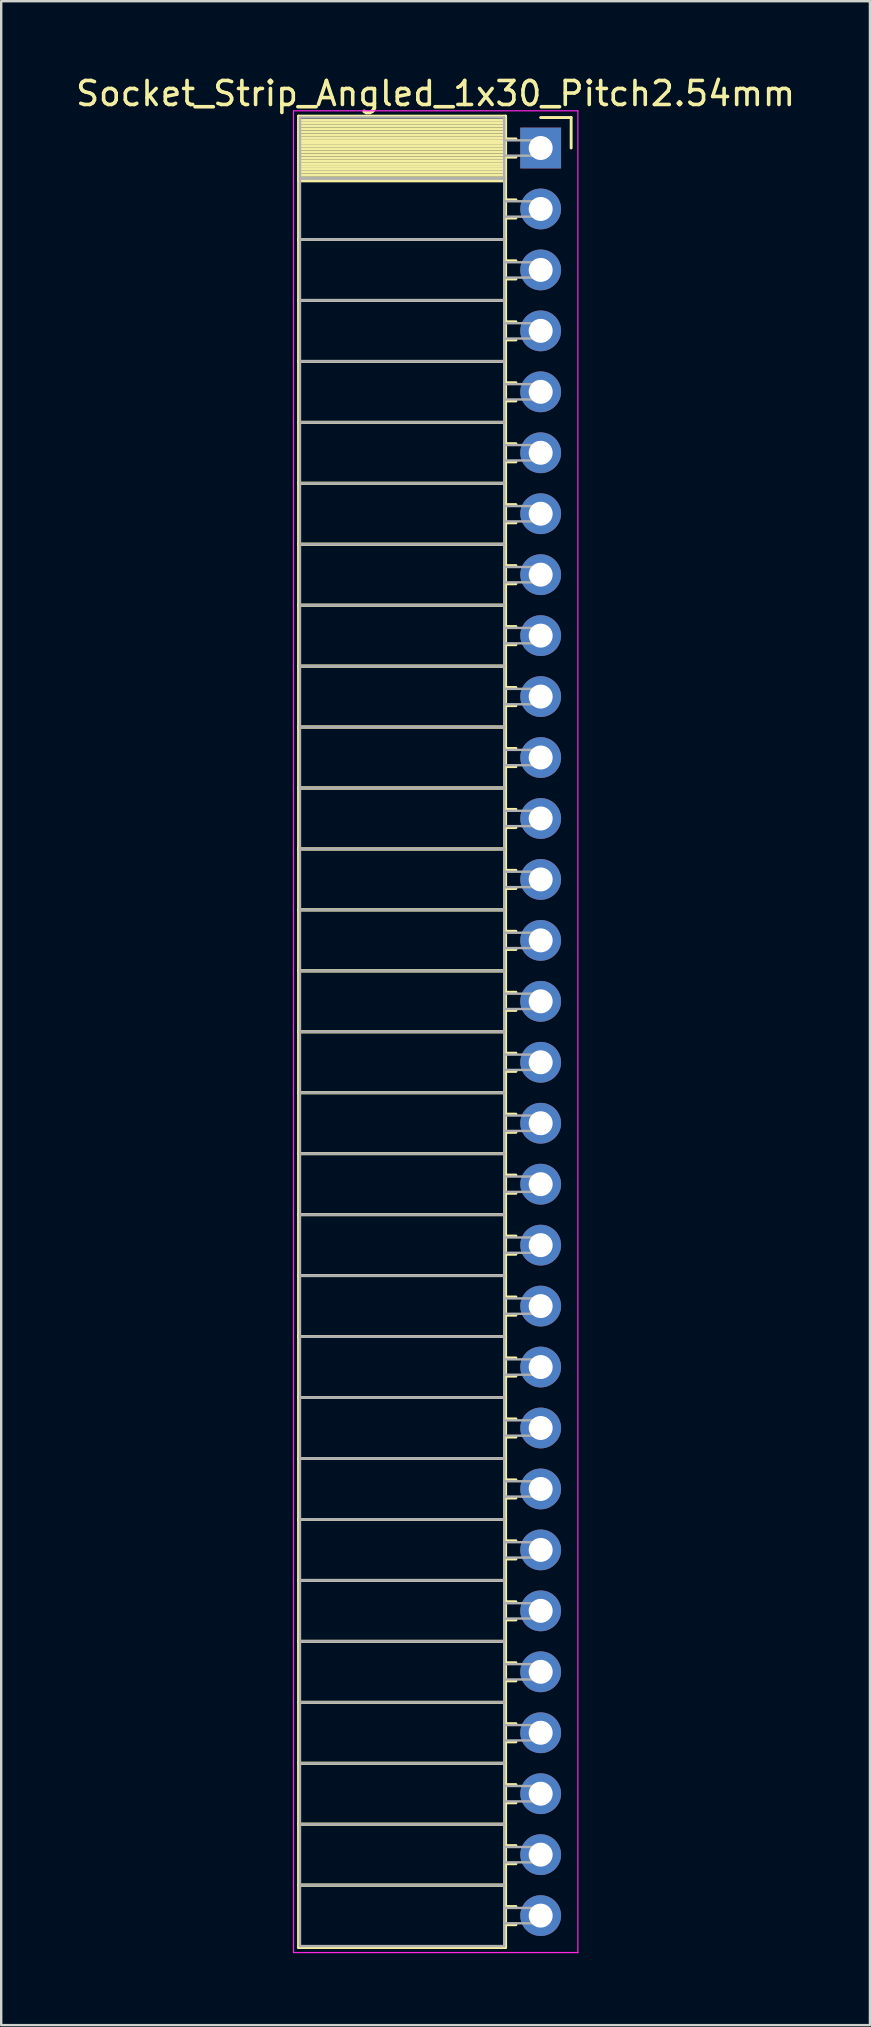
<source format=kicad_pcb>
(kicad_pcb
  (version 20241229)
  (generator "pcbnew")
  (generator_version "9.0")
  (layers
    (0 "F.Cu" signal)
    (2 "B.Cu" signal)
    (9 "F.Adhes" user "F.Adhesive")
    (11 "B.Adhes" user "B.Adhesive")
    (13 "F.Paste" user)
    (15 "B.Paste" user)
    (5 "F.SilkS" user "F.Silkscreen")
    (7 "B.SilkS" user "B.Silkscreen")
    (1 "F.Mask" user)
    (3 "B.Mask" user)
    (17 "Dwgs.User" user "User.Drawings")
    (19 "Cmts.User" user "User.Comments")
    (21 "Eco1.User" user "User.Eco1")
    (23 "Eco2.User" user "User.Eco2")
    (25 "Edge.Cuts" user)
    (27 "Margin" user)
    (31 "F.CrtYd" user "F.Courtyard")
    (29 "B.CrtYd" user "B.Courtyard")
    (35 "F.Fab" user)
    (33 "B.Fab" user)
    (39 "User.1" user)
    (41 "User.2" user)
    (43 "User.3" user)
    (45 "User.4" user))
  (footprint "Socket_Strip_Angled_1x30_Pitch2.54mm"
    (layer "F.Cu")
    (at 19.481 3.118)
    (property "Reference" "Socket_Strip_Angled_1x30_Pitch2.54mm" (at -4.38 -2.27 0) (layer "F.SilkS") (effects (font (size 1 1) (thickness 0.15))))
    (attr through_hole)
    (fp_line (start -10.09 -1.33) (end -1.46 -1.33) (stroke (width 0.12) (type solid)) (layer "F.SilkS"))
    (fp_line (start -10.09 1.27) (end -10.09 -1.33) (stroke (width 0.12) (type solid)) (layer "F.SilkS"))
    (fp_line (start -10.09 1.27) (end -1.46 1.27) (stroke (width 0.12) (type solid)) (layer "F.SilkS"))
    (fp_line (start -10.09 3.81) (end -10.09 1.27) (stroke (width 0.12) (type solid)) (layer "F.SilkS"))
    (fp_line (start -10.09 3.81) (end -1.46 3.81) (stroke (width 0.12) (type solid)) (layer "F.SilkS"))
    (fp_line (start -10.09 6.35) (end -10.09 3.81) (stroke (width 0.12) (type solid)) (layer "F.SilkS"))
    (fp_line (start -10.09 6.35) (end -1.46 6.35) (stroke (width 0.12) (type solid)) (layer "F.SilkS"))
    (fp_line (start -10.09 8.89) (end -10.09 6.35) (stroke (width 0.12) (type solid)) (layer "F.SilkS"))
    (fp_line (start -10.09 8.89) (end -1.46 8.89) (stroke (width 0.12) (type solid)) (layer "F.SilkS"))
    (fp_line (start -10.09 11.43) (end -10.09 8.89) (stroke (width 0.12) (type solid)) (layer "F.SilkS"))
    (fp_line (start -10.09 11.43) (end -1.46 11.43) (stroke (width 0.12) (type solid)) (layer "F.SilkS"))
    (fp_line (start -10.09 13.97) (end -10.09 11.43) (stroke (width 0.12) (type solid)) (layer "F.SilkS"))
    (fp_line (start -10.09 13.97) (end -1.46 13.97) (stroke (width 0.12) (type solid)) (layer "F.SilkS"))
    (fp_line (start -10.09 16.51) (end -10.09 13.97) (stroke (width 0.12) (type solid)) (layer "F.SilkS"))
    (fp_line (start -10.09 16.51) (end -1.46 16.51) (stroke (width 0.12) (type solid)) (layer "F.SilkS"))
    (fp_line (start -10.09 19.05) (end -10.09 16.51) (stroke (width 0.12) (type solid)) (layer "F.SilkS"))
    (fp_line (start -10.09 19.05) (end -1.46 19.05) (stroke (width 0.12) (type solid)) (layer "F.SilkS"))
    (fp_line (start -10.09 21.59) (end -10.09 19.05) (stroke (width 0.12) (type solid)) (layer "F.SilkS"))
    (fp_line (start -10.09 21.59) (end -1.46 21.59) (stroke (width 0.12) (type solid)) (layer "F.SilkS"))
    (fp_line (start -10.09 24.13) (end -10.09 21.59) (stroke (width 0.12) (type solid)) (layer "F.SilkS"))
    (fp_line (start -10.09 24.13) (end -1.46 24.13) (stroke (width 0.12) (type solid)) (layer "F.SilkS"))
    (fp_line (start -10.09 26.67) (end -10.09 24.13) (stroke (width 0.12) (type solid)) (layer "F.SilkS"))
    (fp_line (start -10.09 26.67) (end -1.46 26.67) (stroke (width 0.12) (type solid)) (layer "F.SilkS"))
    (fp_line (start -10.09 29.21) (end -10.09 26.67) (stroke (width 0.12) (type solid)) (layer "F.SilkS"))
    (fp_line (start -10.09 29.21) (end -1.46 29.21) (stroke (width 0.12) (type solid)) (layer "F.SilkS"))
    (fp_line (start -10.09 31.75) (end -10.09 29.21) (stroke (width 0.12) (type solid)) (layer "F.SilkS"))
    (fp_line (start -10.09 31.75) (end -1.46 31.75) (stroke (width 0.12) (type solid)) (layer "F.SilkS"))
    (fp_line (start -10.09 34.29) (end -10.09 31.75) (stroke (width 0.12) (type solid)) (layer "F.SilkS"))
    (fp_line (start -10.09 34.29) (end -1.46 34.29) (stroke (width 0.12) (type solid)) (layer "F.SilkS"))
    (fp_line (start -10.09 36.83) (end -10.09 34.29) (stroke (width 0.12) (type solid)) (layer "F.SilkS"))
    (fp_line (start -10.09 36.83) (end -1.46 36.83) (stroke (width 0.12) (type solid)) (layer "F.SilkS"))
    (fp_line (start -10.09 39.37) (end -10.09 36.83) (stroke (width 0.12) (type solid)) (layer "F.SilkS"))
    (fp_line (start -10.09 39.37) (end -1.46 39.37) (stroke (width 0.12) (type solid)) (layer "F.SilkS"))
    (fp_line (start -10.09 41.91) (end -10.09 39.37) (stroke (width 0.12) (type solid)) (layer "F.SilkS"))
    (fp_line (start -10.09 41.91) (end -1.46 41.91) (stroke (width 0.12) (type solid)) (layer "F.SilkS"))
    (fp_line (start -10.09 44.45) (end -10.09 41.91) (stroke (width 0.12) (type solid)) (layer "F.SilkS"))
    (fp_line (start -10.09 44.45) (end -1.46 44.45) (stroke (width 0.12) (type solid)) (layer "F.SilkS"))
    (fp_line (start -10.09 46.99) (end -10.09 44.45) (stroke (width 0.12) (type solid)) (layer "F.SilkS"))
    (fp_line (start -10.09 46.99) (end -1.46 46.99) (stroke (width 0.12) (type solid)) (layer "F.SilkS"))
    (fp_line (start -10.09 49.53) (end -10.09 46.99) (stroke (width 0.12) (type solid)) (layer "F.SilkS"))
    (fp_line (start -10.09 49.53) (end -1.46 49.53) (stroke (width 0.12) (type solid)) (layer "F.SilkS"))
    (fp_line (start -10.09 52.07) (end -10.09 49.53) (stroke (width 0.12) (type solid)) (layer "F.SilkS"))
    (fp_line (start -10.09 52.07) (end -1.46 52.07) (stroke (width 0.12) (type solid)) (layer "F.SilkS"))
    (fp_line (start -10.09 54.61) (end -10.09 52.07) (stroke (width 0.12) (type solid)) (layer "F.SilkS"))
    (fp_line (start -10.09 54.61) (end -1.46 54.61) (stroke (width 0.12) (type solid)) (layer "F.SilkS"))
    (fp_line (start -10.09 57.15) (end -10.09 54.61) (stroke (width 0.12) (type solid)) (layer "F.SilkS"))
    (fp_line (start -10.09 57.15) (end -1.46 57.15) (stroke (width 0.12) (type solid)) (layer "F.SilkS"))
    (fp_line (start -10.09 59.69) (end -10.09 57.15) (stroke (width 0.12) (type solid)) (layer "F.SilkS"))
    (fp_line (start -10.09 59.69) (end -1.46 59.69) (stroke (width 0.12) (type solid)) (layer "F.SilkS"))
    (fp_line (start -10.09 62.23) (end -10.09 59.69) (stroke (width 0.12) (type solid)) (layer "F.SilkS"))
    (fp_line (start -10.09 62.23) (end -1.46 62.23) (stroke (width 0.12) (type solid)) (layer "F.SilkS"))
    (fp_line (start -10.09 64.77) (end -10.09 62.23) (stroke (width 0.12) (type solid)) (layer "F.SilkS"))
    (fp_line (start -10.09 64.77) (end -1.46 64.77) (stroke (width 0.12) (type solid)) (layer "F.SilkS"))
    (fp_line (start -10.09 67.31) (end -10.09 64.77) (stroke (width 0.12) (type solid)) (layer "F.SilkS"))
    (fp_line (start -10.09 67.31) (end -1.46 67.31) (stroke (width 0.12) (type solid)) (layer "F.SilkS"))
    (fp_line (start -10.09 69.85) (end -10.09 67.31) (stroke (width 0.12) (type solid)) (layer "F.SilkS"))
    (fp_line (start -10.09 69.85) (end -1.46 69.85) (stroke (width 0.12) (type solid)) (layer "F.SilkS"))
    (fp_line (start -10.09 72.39) (end -10.09 69.85) (stroke (width 0.12) (type solid)) (layer "F.SilkS"))
    (fp_line (start -10.09 72.39) (end -1.46 72.39) (stroke (width 0.12) (type solid)) (layer "F.SilkS"))
    (fp_line (start -10.09 74.99) (end -10.09 72.39) (stroke (width 0.12) (type solid)) (layer "F.SilkS"))
    (fp_line (start -1.46 -1.33) (end -1.46 1.27) (stroke (width 0.12) (type solid)) (layer "F.SilkS"))
    (fp_line (start -1.46 -1.15) (end -10.09 -1.15) (stroke (width 0.12) (type solid)) (layer "F.SilkS"))
    (fp_line (start -1.46 -1.03) (end -10.09 -1.03) (stroke (width 0.12) (type solid)) (layer "F.SilkS"))
    (fp_line (start -1.46 -0.91) (end -10.09 -0.91) (stroke (width 0.12) (type solid)) (layer "F.SilkS"))
    (fp_line (start -1.46 -0.79) (end -10.09 -0.79) (stroke (width 0.12) (type solid)) (layer "F.SilkS"))
    (fp_line (start -1.46 -0.67) (end -10.09 -0.67) (stroke (width 0.12) (type solid)) (layer "F.SilkS"))
    (fp_line (start -1.46 -0.55) (end -10.09 -0.55) (stroke (width 0.12) (type solid)) (layer "F.SilkS"))
    (fp_line (start -1.46 -0.43) (end -10.09 -0.43) (stroke (width 0.12) (type solid)) (layer "F.SilkS"))
    (fp_line (start -1.46 -0.31) (end -10.09 -0.31) (stroke (width 0.12) (type solid)) (layer "F.SilkS"))
    (fp_line (start -1.46 -0.19) (end -10.09 -0.19) (stroke (width 0.12) (type solid)) (layer "F.SilkS"))
    (fp_line (start -1.46 -0.07) (end -10.09 -0.07) (stroke (width 0.12) (type solid)) (layer "F.SilkS"))
    (fp_line (start -1.46 0.05) (end -10.09 0.05) (stroke (width 0.12) (type solid)) (layer "F.SilkS"))
    (fp_line (start -1.46 0.17) (end -10.09 0.17) (stroke (width 0.12) (type solid)) (layer "F.SilkS"))
    (fp_line (start -1.46 0.29) (end -10.09 0.29) (stroke (width 0.12) (type solid)) (layer "F.SilkS"))
    (fp_line (start -1.46 0.41) (end -10.09 0.41) (stroke (width 0.12) (type solid)) (layer "F.SilkS"))
    (fp_line (start -1.46 0.53) (end -10.09 0.53) (stroke (width 0.12) (type solid)) (layer "F.SilkS"))
    (fp_line (start -1.46 0.65) (end -10.09 0.65) (stroke (width 0.12) (type solid)) (layer "F.SilkS"))
    (fp_line (start -1.46 0.77) (end -10.09 0.77) (stroke (width 0.12) (type solid)) (layer "F.SilkS"))
    (fp_line (start -1.46 0.89) (end -10.09 0.89) (stroke (width 0.12) (type solid)) (layer "F.SilkS"))
    (fp_line (start -1.46 1.01) (end -10.09 1.01) (stroke (width 0.12) (type solid)) (layer "F.SilkS"))
    (fp_line (start -1.46 1.13) (end -10.09 1.13) (stroke (width 0.12) (type solid)) (layer "F.SilkS"))
    (fp_line (start -1.46 1.25) (end -10.09 1.25) (stroke (width 0.12) (type solid)) (layer "F.SilkS"))
    (fp_line (start -1.46 1.27) (end -10.09 1.27) (stroke (width 0.12) (type solid)) (layer "F.SilkS"))
    (fp_line (start -1.46 1.27) (end -1.46 3.81) (stroke (width 0.12) (type solid)) (layer "F.SilkS"))
    (fp_line (start -1.46 1.37) (end -10.09 1.37) (stroke (width 0.12) (type solid)) (layer "F.SilkS"))
    (fp_line (start -1.46 3.81) (end -10.09 3.81) (stroke (width 0.12) (type solid)) (layer "F.SilkS"))
    (fp_line (start -1.46 3.81) (end -1.46 6.35) (stroke (width 0.12) (type solid)) (layer "F.SilkS"))
    (fp_line (start -1.46 6.35) (end -10.09 6.35) (stroke (width 0.12) (type solid)) (layer "F.SilkS"))
    (fp_line (start -1.46 6.35) (end -1.46 8.89) (stroke (width 0.12) (type solid)) (layer "F.SilkS"))
    (fp_line (start -1.46 8.89) (end -10.09 8.89) (stroke (width 0.12) (type solid)) (layer "F.SilkS"))
    (fp_line (start -1.46 8.89) (end -1.46 11.43) (stroke (width 0.12) (type solid)) (layer "F.SilkS"))
    (fp_line (start -1.46 11.43) (end -10.09 11.43) (stroke (width 0.12) (type solid)) (layer "F.SilkS"))
    (fp_line (start -1.46 11.43) (end -1.46 13.97) (stroke (width 0.12) (type solid)) (layer "F.SilkS"))
    (fp_line (start -1.46 13.97) (end -10.09 13.97) (stroke (width 0.12) (type solid)) (layer "F.SilkS"))
    (fp_line (start -1.46 13.97) (end -1.46 16.51) (stroke (width 0.12) (type solid)) (layer "F.SilkS"))
    (fp_line (start -1.46 16.51) (end -10.09 16.51) (stroke (width 0.12) (type solid)) (layer "F.SilkS"))
    (fp_line (start -1.46 16.51) (end -1.46 19.05) (stroke (width 0.12) (type solid)) (layer "F.SilkS"))
    (fp_line (start -1.46 19.05) (end -10.09 19.05) (stroke (width 0.12) (type solid)) (layer "F.SilkS"))
    (fp_line (start -1.46 19.05) (end -1.46 21.59) (stroke (width 0.12) (type solid)) (layer "F.SilkS"))
    (fp_line (start -1.46 21.59) (end -10.09 21.59) (stroke (width 0.12) (type solid)) (layer "F.SilkS"))
    (fp_line (start -1.46 21.59) (end -1.46 24.13) (stroke (width 0.12) (type solid)) (layer "F.SilkS"))
    (fp_line (start -1.46 24.13) (end -10.09 24.13) (stroke (width 0.12) (type solid)) (layer "F.SilkS"))
    (fp_line (start -1.46 24.13) (end -1.46 26.67) (stroke (width 0.12) (type solid)) (layer "F.SilkS"))
    (fp_line (start -1.46 26.67) (end -10.09 26.67) (stroke (width 0.12) (type solid)) (layer "F.SilkS"))
    (fp_line (start -1.46 26.67) (end -1.46 29.21) (stroke (width 0.12) (type solid)) (layer "F.SilkS"))
    (fp_line (start -1.46 29.21) (end -10.09 29.21) (stroke (width 0.12) (type solid)) (layer "F.SilkS"))
    (fp_line (start -1.46 29.21) (end -1.46 31.75) (stroke (width 0.12) (type solid)) (layer "F.SilkS"))
    (fp_line (start -1.46 31.75) (end -10.09 31.75) (stroke (width 0.12) (type solid)) (layer "F.SilkS"))
    (fp_line (start -1.46 31.75) (end -1.46 34.29) (stroke (width 0.12) (type solid)) (layer "F.SilkS"))
    (fp_line (start -1.46 34.29) (end -10.09 34.29) (stroke (width 0.12) (type solid)) (layer "F.SilkS"))
    (fp_line (start -1.46 34.29) (end -1.46 36.83) (stroke (width 0.12) (type solid)) (layer "F.SilkS"))
    (fp_line (start -1.46 36.83) (end -10.09 36.83) (stroke (width 0.12) (type solid)) (layer "F.SilkS"))
    (fp_line (start -1.46 36.83) (end -1.46 39.37) (stroke (width 0.12) (type solid)) (layer "F.SilkS"))
    (fp_line (start -1.46 39.37) (end -10.09 39.37) (stroke (width 0.12) (type solid)) (layer "F.SilkS"))
    (fp_line (start -1.46 39.37) (end -1.46 41.91) (stroke (width 0.12) (type solid)) (layer "F.SilkS"))
    (fp_line (start -1.46 41.91) (end -10.09 41.91) (stroke (width 0.12) (type solid)) (layer "F.SilkS"))
    (fp_line (start -1.46 41.91) (end -1.46 44.45) (stroke (width 0.12) (type solid)) (layer "F.SilkS"))
    (fp_line (start -1.46 44.45) (end -10.09 44.45) (stroke (width 0.12) (type solid)) (layer "F.SilkS"))
    (fp_line (start -1.46 44.45) (end -1.46 46.99) (stroke (width 0.12) (type solid)) (layer "F.SilkS"))
    (fp_line (start -1.46 46.99) (end -10.09 46.99) (stroke (width 0.12) (type solid)) (layer "F.SilkS"))
    (fp_line (start -1.46 46.99) (end -1.46 49.53) (stroke (width 0.12) (type solid)) (layer "F.SilkS"))
    (fp_line (start -1.46 49.53) (end -10.09 49.53) (stroke (width 0.12) (type solid)) (layer "F.SilkS"))
    (fp_line (start -1.46 49.53) (end -1.46 52.07) (stroke (width 0.12) (type solid)) (layer "F.SilkS"))
    (fp_line (start -1.46 52.07) (end -10.09 52.07) (stroke (width 0.12) (type solid)) (layer "F.SilkS"))
    (fp_line (start -1.46 52.07) (end -1.46 54.61) (stroke (width 0.12) (type solid)) (layer "F.SilkS"))
    (fp_line (start -1.46 54.61) (end -10.09 54.61) (stroke (width 0.12) (type solid)) (layer "F.SilkS"))
    (fp_line (start -1.46 54.61) (end -1.46 57.15) (stroke (width 0.12) (type solid)) (layer "F.SilkS"))
    (fp_line (start -1.46 57.15) (end -10.09 57.15) (stroke (width 0.12) (type solid)) (layer "F.SilkS"))
    (fp_line (start -1.46 57.15) (end -1.46 59.69) (stroke (width 0.12) (type solid)) (layer "F.SilkS"))
    (fp_line (start -1.46 59.69) (end -10.09 59.69) (stroke (width 0.12) (type solid)) (layer "F.SilkS"))
    (fp_line (start -1.46 59.69) (end -1.46 62.23) (stroke (width 0.12) (type solid)) (layer "F.SilkS"))
    (fp_line (start -1.46 62.23) (end -10.09 62.23) (stroke (width 0.12) (type solid)) (layer "F.SilkS"))
    (fp_line (start -1.46 62.23) (end -1.46 64.77) (stroke (width 0.12) (type solid)) (layer "F.SilkS"))
    (fp_line (start -1.46 64.77) (end -10.09 64.77) (stroke (width 0.12) (type solid)) (layer "F.SilkS"))
    (fp_line (start -1.46 64.77) (end -1.46 67.31) (stroke (width 0.12) (type solid)) (layer "F.SilkS"))
    (fp_line (start -1.46 67.31) (end -10.09 67.31) (stroke (width 0.12) (type solid)) (layer "F.SilkS"))
    (fp_line (start -1.46 67.31) (end -1.46 69.85) (stroke (width 0.12) (type solid)) (layer "F.SilkS"))
    (fp_line (start -1.46 69.85) (end -10.09 69.85) (stroke (width 0.12) (type solid)) (layer "F.SilkS"))
    (fp_line (start -1.46 69.85) (end -1.46 72.39) (stroke (width 0.12) (type solid)) (layer "F.SilkS"))
    (fp_line (start -1.46 72.39) (end -10.09 72.39) (stroke (width 0.12) (type solid)) (layer "F.SilkS"))
    (fp_line (start -1.46 72.39) (end -1.46 74.99) (stroke (width 0.12) (type solid)) (layer "F.SilkS"))
    (fp_line (start -1.46 74.99) (end -10.09 74.99) (stroke (width 0.12) (type solid)) (layer "F.SilkS"))
    (fp_line (start -1.03 -0.38) (end -1.46 -0.38) (stroke (width 0.12) (type solid)) (layer "F.SilkS"))
    (fp_line (start -1.03 0.38) (end -1.46 0.38) (stroke (width 0.12) (type solid)) (layer "F.SilkS"))
    (fp_line (start -1.03 2.16) (end -1.46 2.16) (stroke (width 0.12) (type solid)) (layer "F.SilkS"))
    (fp_line (start -1.03 2.92) (end -1.46 2.92) (stroke (width 0.12) (type solid)) (layer "F.SilkS"))
    (fp_line (start -1.03 4.7) (end -1.46 4.7) (stroke (width 0.12) (type solid)) (layer "F.SilkS"))
    (fp_line (start -1.03 5.46) (end -1.46 5.46) (stroke (width 0.12) (type solid)) (layer "F.SilkS"))
    (fp_line (start -1.03 7.24) (end -1.46 7.24) (stroke (width 0.12) (type solid)) (layer "F.SilkS"))
    (fp_line (start -1.03 8) (end -1.46 8) (stroke (width 0.12) (type solid)) (layer "F.SilkS"))
    (fp_line (start -1.03 9.78) (end -1.46 9.78) (stroke (width 0.12) (type solid)) (layer "F.SilkS"))
    (fp_line (start -1.03 10.54) (end -1.46 10.54) (stroke (width 0.12) (type solid)) (layer "F.SilkS"))
    (fp_line (start -1.03 12.32) (end -1.46 12.32) (stroke (width 0.12) (type solid)) (layer "F.SilkS"))
    (fp_line (start -1.03 13.08) (end -1.46 13.08) (stroke (width 0.12) (type solid)) (layer "F.SilkS"))
    (fp_line (start -1.03 14.86) (end -1.46 14.86) (stroke (width 0.12) (type solid)) (layer "F.SilkS"))
    (fp_line (start -1.03 15.62) (end -1.46 15.62) (stroke (width 0.12) (type solid)) (layer "F.SilkS"))
    (fp_line (start -1.03 17.4) (end -1.46 17.4) (stroke (width 0.12) (type solid)) (layer "F.SilkS"))
    (fp_line (start -1.03 18.16) (end -1.46 18.16) (stroke (width 0.12) (type solid)) (layer "F.SilkS"))
    (fp_line (start -1.03 19.94) (end -1.46 19.94) (stroke (width 0.12) (type solid)) (layer "F.SilkS"))
    (fp_line (start -1.03 20.7) (end -1.46 20.7) (stroke (width 0.12) (type solid)) (layer "F.SilkS"))
    (fp_line (start -1.03 22.48) (end -1.46 22.48) (stroke (width 0.12) (type solid)) (layer "F.SilkS"))
    (fp_line (start -1.03 23.24) (end -1.46 23.24) (stroke (width 0.12) (type solid)) (layer "F.SilkS"))
    (fp_line (start -1.03 25.02) (end -1.46 25.02) (stroke (width 0.12) (type solid)) (layer "F.SilkS"))
    (fp_line (start -1.03 25.78) (end -1.46 25.78) (stroke (width 0.12) (type solid)) (layer "F.SilkS"))
    (fp_line (start -1.03 27.56) (end -1.46 27.56) (stroke (width 0.12) (type solid)) (layer "F.SilkS"))
    (fp_line (start -1.03 28.32) (end -1.46 28.32) (stroke (width 0.12) (type solid)) (layer "F.SilkS"))
    (fp_line (start -1.03 30.1) (end -1.46 30.1) (stroke (width 0.12) (type solid)) (layer "F.SilkS"))
    (fp_line (start -1.03 30.86) (end -1.46 30.86) (stroke (width 0.12) (type solid)) (layer "F.SilkS"))
    (fp_line (start -1.03 32.64) (end -1.46 32.64) (stroke (width 0.12) (type solid)) (layer "F.SilkS"))
    (fp_line (start -1.03 33.4) (end -1.46 33.4) (stroke (width 0.12) (type solid)) (layer "F.SilkS"))
    (fp_line (start -1.03 35.18) (end -1.46 35.18) (stroke (width 0.12) (type solid)) (layer "F.SilkS"))
    (fp_line (start -1.03 35.94) (end -1.46 35.94) (stroke (width 0.12) (type solid)) (layer "F.SilkS"))
    (fp_line (start -1.03 37.72) (end -1.46 37.72) (stroke (width 0.12) (type solid)) (layer "F.SilkS"))
    (fp_line (start -1.03 38.48) (end -1.46 38.48) (stroke (width 0.12) (type solid)) (layer "F.SilkS"))
    (fp_line (start -1.03 40.26) (end -1.46 40.26) (stroke (width 0.12) (type solid)) (layer "F.SilkS"))
    (fp_line (start -1.03 41.02) (end -1.46 41.02) (stroke (width 0.12) (type solid)) (layer "F.SilkS"))
    (fp_line (start -1.03 42.8) (end -1.46 42.8) (stroke (width 0.12) (type solid)) (layer "F.SilkS"))
    (fp_line (start -1.03 43.56) (end -1.46 43.56) (stroke (width 0.12) (type solid)) (layer "F.SilkS"))
    (fp_line (start -1.03 45.34) (end -1.46 45.34) (stroke (width 0.12) (type solid)) (layer "F.SilkS"))
    (fp_line (start -1.03 46.1) (end -1.46 46.1) (stroke (width 0.12) (type solid)) (layer "F.SilkS"))
    (fp_line (start -1.03 47.88) (end -1.46 47.88) (stroke (width 0.12) (type solid)) (layer "F.SilkS"))
    (fp_line (start -1.03 48.64) (end -1.46 48.64) (stroke (width 0.12) (type solid)) (layer "F.SilkS"))
    (fp_line (start -1.03 50.42) (end -1.46 50.42) (stroke (width 0.12) (type solid)) (layer "F.SilkS"))
    (fp_line (start -1.03 51.18) (end -1.46 51.18) (stroke (width 0.12) (type solid)) (layer "F.SilkS"))
    (fp_line (start -1.03 52.96) (end -1.46 52.96) (stroke (width 0.12) (type solid)) (layer "F.SilkS"))
    (fp_line (start -1.03 53.72) (end -1.46 53.72) (stroke (width 0.12) (type solid)) (layer "F.SilkS"))
    (fp_line (start -1.03 55.5) (end -1.46 55.5) (stroke (width 0.12) (type solid)) (layer "F.SilkS"))
    (fp_line (start -1.03 56.26) (end -1.46 56.26) (stroke (width 0.12) (type solid)) (layer "F.SilkS"))
    (fp_line (start -1.03 58.04) (end -1.46 58.04) (stroke (width 0.12) (type solid)) (layer "F.SilkS"))
    (fp_line (start -1.03 58.8) (end -1.46 58.8) (stroke (width 0.12) (type solid)) (layer "F.SilkS"))
    (fp_line (start -1.03 60.58) (end -1.46 60.58) (stroke (width 0.12) (type solid)) (layer "F.SilkS"))
    (fp_line (start -1.03 61.34) (end -1.46 61.34) (stroke (width 0.12) (type solid)) (layer "F.SilkS"))
    (fp_line (start -1.03 63.12) (end -1.46 63.12) (stroke (width 0.12) (type solid)) (layer "F.SilkS"))
    (fp_line (start -1.03 63.88) (end -1.46 63.88) (stroke (width 0.12) (type solid)) (layer "F.SilkS"))
    (fp_line (start -1.03 65.66) (end -1.46 65.66) (stroke (width 0.12) (type solid)) (layer "F.SilkS"))
    (fp_line (start -1.03 66.42) (end -1.46 66.42) (stroke (width 0.12) (type solid)) (layer "F.SilkS"))
    (fp_line (start -1.03 68.2) (end -1.46 68.2) (stroke (width 0.12) (type solid)) (layer "F.SilkS"))
    (fp_line (start -1.03 68.96) (end -1.46 68.96) (stroke (width 0.12) (type solid)) (layer "F.SilkS"))
    (fp_line (start -1.03 70.74) (end -1.46 70.74) (stroke (width 0.12) (type solid)) (layer "F.SilkS"))
    (fp_line (start -1.03 71.5) (end -1.46 71.5) (stroke (width 0.12) (type solid)) (layer "F.SilkS"))
    (fp_line (start -1.03 73.28) (end -1.46 73.28) (stroke (width 0.12) (type solid)) (layer "F.SilkS"))
    (fp_line (start -1.03 74.04) (end -1.46 74.04) (stroke (width 0.12) (type solid)) (layer "F.SilkS"))
    (fp_line (start 0 -1.27) (end 1.27 -1.27) (stroke (width 0.12) (type solid)) (layer "F.SilkS"))
    (fp_line (start 1.27 -1.27) (end 1.27 0) (stroke (width 0.12) (type solid)) (layer "F.SilkS"))
    (fp_line (start -10.3 -1.55) (end 1.55 -1.55) (stroke (width 0.05) (type solid)) (layer "F.CrtYd"))
    (fp_line (start -10.3 75.2) (end -10.3 -1.55) (stroke (width 0.05) (type solid)) (layer "F.CrtYd"))
    (fp_line (start 1.55 -1.55) (end 1.55 75.2) (stroke (width 0.05) (type solid)) (layer "F.CrtYd"))
    (fp_line (start 1.55 75.2) (end -10.3 75.2) (stroke (width 0.05) (type solid)) (layer "F.CrtYd"))
    (fp_line (start -10.03 -1.27) (end -1.52 -1.27) (stroke (width 0.1) (type solid)) (layer "F.Fab"))
    (fp_line (start -10.03 1.27) (end -10.03 -1.27) (stroke (width 0.1) (type solid)) (layer "F.Fab"))
    (fp_line (start -10.03 1.27) (end -1.52 1.27) (stroke (width 0.1) (type solid)) (layer "F.Fab"))
    (fp_line (start -10.03 3.81) (end -10.03 1.27) (stroke (width 0.1) (type solid)) (layer "F.Fab"))
    (fp_line (start -10.03 3.81) (end -1.52 3.81) (stroke (width 0.1) (type solid)) (layer "F.Fab"))
    (fp_line (start -10.03 6.35) (end -10.03 3.81) (stroke (width 0.1) (type solid)) (layer "F.Fab"))
    (fp_line (start -10.03 6.35) (end -1.52 6.35) (stroke (width 0.1) (type solid)) (layer "F.Fab"))
    (fp_line (start -10.03 8.89) (end -10.03 6.35) (stroke (width 0.1) (type solid)) (layer "F.Fab"))
    (fp_line (start -10.03 8.89) (end -1.52 8.89) (stroke (width 0.1) (type solid)) (layer "F.Fab"))
    (fp_line (start -10.03 11.43) (end -10.03 8.89) (stroke (width 0.1) (type solid)) (layer "F.Fab"))
    (fp_line (start -10.03 11.43) (end -1.52 11.43) (stroke (width 0.1) (type solid)) (layer "F.Fab"))
    (fp_line (start -10.03 13.97) (end -10.03 11.43) (stroke (width 0.1) (type solid)) (layer "F.Fab"))
    (fp_line (start -10.03 13.97) (end -1.52 13.97) (stroke (width 0.1) (type solid)) (layer "F.Fab"))
    (fp_line (start -10.03 16.51) (end -10.03 13.97) (stroke (width 0.1) (type solid)) (layer "F.Fab"))
    (fp_line (start -10.03 16.51) (end -1.52 16.51) (stroke (width 0.1) (type solid)) (layer "F.Fab"))
    (fp_line (start -10.03 19.05) (end -10.03 16.51) (stroke (width 0.1) (type solid)) (layer "F.Fab"))
    (fp_line (start -10.03 19.05) (end -1.52 19.05) (stroke (width 0.1) (type solid)) (layer "F.Fab"))
    (fp_line (start -10.03 21.59) (end -10.03 19.05) (stroke (width 0.1) (type solid)) (layer "F.Fab"))
    (fp_line (start -10.03 21.59) (end -1.52 21.59) (stroke (width 0.1) (type solid)) (layer "F.Fab"))
    (fp_line (start -10.03 24.13) (end -10.03 21.59) (stroke (width 0.1) (type solid)) (layer "F.Fab"))
    (fp_line (start -10.03 24.13) (end -1.52 24.13) (stroke (width 0.1) (type solid)) (layer "F.Fab"))
    (fp_line (start -10.03 26.67) (end -10.03 24.13) (stroke (width 0.1) (type solid)) (layer "F.Fab"))
    (fp_line (start -10.03 26.67) (end -1.52 26.67) (stroke (width 0.1) (type solid)) (layer "F.Fab"))
    (fp_line (start -10.03 29.21) (end -10.03 26.67) (stroke (width 0.1) (type solid)) (layer "F.Fab"))
    (fp_line (start -10.03 29.21) (end -1.52 29.21) (stroke (width 0.1) (type solid)) (layer "F.Fab"))
    (fp_line (start -10.03 31.75) (end -10.03 29.21) (stroke (width 0.1) (type solid)) (layer "F.Fab"))
    (fp_line (start -10.03 31.75) (end -1.52 31.75) (stroke (width 0.1) (type solid)) (layer "F.Fab"))
    (fp_line (start -10.03 34.29) (end -10.03 31.75) (stroke (width 0.1) (type solid)) (layer "F.Fab"))
    (fp_line (start -10.03 34.29) (end -1.52 34.29) (stroke (width 0.1) (type solid)) (layer "F.Fab"))
    (fp_line (start -10.03 36.83) (end -10.03 34.29) (stroke (width 0.1) (type solid)) (layer "F.Fab"))
    (fp_line (start -10.03 36.83) (end -1.52 36.83) (stroke (width 0.1) (type solid)) (layer "F.Fab"))
    (fp_line (start -10.03 39.37) (end -10.03 36.83) (stroke (width 0.1) (type solid)) (layer "F.Fab"))
    (fp_line (start -10.03 39.37) (end -1.52 39.37) (stroke (width 0.1) (type solid)) (layer "F.Fab"))
    (fp_line (start -10.03 41.91) (end -10.03 39.37) (stroke (width 0.1) (type solid)) (layer "F.Fab"))
    (fp_line (start -10.03 41.91) (end -1.52 41.91) (stroke (width 0.1) (type solid)) (layer "F.Fab"))
    (fp_line (start -10.03 44.45) (end -10.03 41.91) (stroke (width 0.1) (type solid)) (layer "F.Fab"))
    (fp_line (start -10.03 44.45) (end -1.52 44.45) (stroke (width 0.1) (type solid)) (layer "F.Fab"))
    (fp_line (start -10.03 46.99) (end -10.03 44.45) (stroke (width 0.1) (type solid)) (layer "F.Fab"))
    (fp_line (start -10.03 46.99) (end -1.52 46.99) (stroke (width 0.1) (type solid)) (layer "F.Fab"))
    (fp_line (start -10.03 49.53) (end -10.03 46.99) (stroke (width 0.1) (type solid)) (layer "F.Fab"))
    (fp_line (start -10.03 49.53) (end -1.52 49.53) (stroke (width 0.1) (type solid)) (layer "F.Fab"))
    (fp_line (start -10.03 52.07) (end -10.03 49.53) (stroke (width 0.1) (type solid)) (layer "F.Fab"))
    (fp_line (start -10.03 52.07) (end -1.52 52.07) (stroke (width 0.1) (type solid)) (layer "F.Fab"))
    (fp_line (start -10.03 54.61) (end -10.03 52.07) (stroke (width 0.1) (type solid)) (layer "F.Fab"))
    (fp_line (start -10.03 54.61) (end -1.52 54.61) (stroke (width 0.1) (type solid)) (layer "F.Fab"))
    (fp_line (start -10.03 57.15) (end -10.03 54.61) (stroke (width 0.1) (type solid)) (layer "F.Fab"))
    (fp_line (start -10.03 57.15) (end -1.52 57.15) (stroke (width 0.1) (type solid)) (layer "F.Fab"))
    (fp_line (start -10.03 59.69) (end -10.03 57.15) (stroke (width 0.1) (type solid)) (layer "F.Fab"))
    (fp_line (start -10.03 59.69) (end -1.52 59.69) (stroke (width 0.1) (type solid)) (layer "F.Fab"))
    (fp_line (start -10.03 62.23) (end -10.03 59.69) (stroke (width 0.1) (type solid)) (layer "F.Fab"))
    (fp_line (start -10.03 62.23) (end -1.52 62.23) (stroke (width 0.1) (type solid)) (layer "F.Fab"))
    (fp_line (start -10.03 64.77) (end -10.03 62.23) (stroke (width 0.1) (type solid)) (layer "F.Fab"))
    (fp_line (start -10.03 64.77) (end -1.52 64.77) (stroke (width 0.1) (type solid)) (layer "F.Fab"))
    (fp_line (start -10.03 67.31) (end -10.03 64.77) (stroke (width 0.1) (type solid)) (layer "F.Fab"))
    (fp_line (start -10.03 67.31) (end -1.52 67.31) (stroke (width 0.1) (type solid)) (layer "F.Fab"))
    (fp_line (start -10.03 69.85) (end -10.03 67.31) (stroke (width 0.1) (type solid)) (layer "F.Fab"))
    (fp_line (start -10.03 69.85) (end -1.52 69.85) (stroke (width 0.1) (type solid)) (layer "F.Fab"))
    (fp_line (start -10.03 72.39) (end -10.03 69.85) (stroke (width 0.1) (type solid)) (layer "F.Fab"))
    (fp_line (start -10.03 72.39) (end -1.52 72.39) (stroke (width 0.1) (type solid)) (layer "F.Fab"))
    (fp_line (start -10.03 74.93) (end -10.03 72.39) (stroke (width 0.1) (type solid)) (layer "F.Fab"))
    (fp_line (start -1.52 -1.27) (end -1.52 1.27) (stroke (width 0.1) (type solid)) (layer "F.Fab"))
    (fp_line (start -1.52 -0.32) (end 0 -0.32) (stroke (width 0.1) (type solid)) (layer "F.Fab"))
    (fp_line (start -1.52 0.32) (end -1.52 -0.32) (stroke (width 0.1) (type solid)) (layer "F.Fab"))
    (fp_line (start -1.52 1.27) (end -10.03 1.27) (stroke (width 0.1) (type solid)) (layer "F.Fab"))
    (fp_line (start -1.52 1.27) (end -1.52 3.81) (stroke (width 0.1) (type solid)) (layer "F.Fab"))
    (fp_line (start -1.52 2.22) (end 0 2.22) (stroke (width 0.1) (type solid)) (layer "F.Fab"))
    (fp_line (start -1.52 2.86) (end -1.52 2.22) (stroke (width 0.1) (type solid)) (layer "F.Fab"))
    (fp_line (start -1.52 3.81) (end -10.03 3.81) (stroke (width 0.1) (type solid)) (layer "F.Fab"))
    (fp_line (start -1.52 3.81) (end -1.52 6.35) (stroke (width 0.1) (type solid)) (layer "F.Fab"))
    (fp_line (start -1.52 4.76) (end 0 4.76) (stroke (width 0.1) (type solid)) (layer "F.Fab"))
    (fp_line (start -1.52 5.4) (end -1.52 4.76) (stroke (width 0.1) (type solid)) (layer "F.Fab"))
    (fp_line (start -1.52 6.35) (end -10.03 6.35) (stroke (width 0.1) (type solid)) (layer "F.Fab"))
    (fp_line (start -1.52 6.35) (end -1.52 8.89) (stroke (width 0.1) (type solid)) (layer "F.Fab"))
    (fp_line (start -1.52 7.3) (end 0 7.3) (stroke (width 0.1) (type solid)) (layer "F.Fab"))
    (fp_line (start -1.52 7.94) (end -1.52 7.3) (stroke (width 0.1) (type solid)) (layer "F.Fab"))
    (fp_line (start -1.52 8.89) (end -10.03 8.89) (stroke (width 0.1) (type solid)) (layer "F.Fab"))
    (fp_line (start -1.52 8.89) (end -1.52 11.43) (stroke (width 0.1) (type solid)) (layer "F.Fab"))
    (fp_line (start -1.52 9.84) (end 0 9.84) (stroke (width 0.1) (type solid)) (layer "F.Fab"))
    (fp_line (start -1.52 10.48) (end -1.52 9.84) (stroke (width 0.1) (type solid)) (layer "F.Fab"))
    (fp_line (start -1.52 11.43) (end -10.03 11.43) (stroke (width 0.1) (type solid)) (layer "F.Fab"))
    (fp_line (start -1.52 11.43) (end -1.52 13.97) (stroke (width 0.1) (type solid)) (layer "F.Fab"))
    (fp_line (start -1.52 12.38) (end 0 12.38) (stroke (width 0.1) (type solid)) (layer "F.Fab"))
    (fp_line (start -1.52 13.02) (end -1.52 12.38) (stroke (width 0.1) (type solid)) (layer "F.Fab"))
    (fp_line (start -1.52 13.97) (end -10.03 13.97) (stroke (width 0.1) (type solid)) (layer "F.Fab"))
    (fp_line (start -1.52 13.97) (end -1.52 16.51) (stroke (width 0.1) (type solid)) (layer "F.Fab"))
    (fp_line (start -1.52 14.92) (end 0 14.92) (stroke (width 0.1) (type solid)) (layer "F.Fab"))
    (fp_line (start -1.52 15.56) (end -1.52 14.92) (stroke (width 0.1) (type solid)) (layer "F.Fab"))
    (fp_line (start -1.52 16.51) (end -10.03 16.51) (stroke (width 0.1) (type solid)) (layer "F.Fab"))
    (fp_line (start -1.52 16.51) (end -1.52 19.05) (stroke (width 0.1) (type solid)) (layer "F.Fab"))
    (fp_line (start -1.52 17.46) (end 0 17.46) (stroke (width 0.1) (type solid)) (layer "F.Fab"))
    (fp_line (start -1.52 18.1) (end -1.52 17.46) (stroke (width 0.1) (type solid)) (layer "F.Fab"))
    (fp_line (start -1.52 19.05) (end -10.03 19.05) (stroke (width 0.1) (type solid)) (layer "F.Fab"))
    (fp_line (start -1.52 19.05) (end -1.52 21.59) (stroke (width 0.1) (type solid)) (layer "F.Fab"))
    (fp_line (start -1.52 20) (end 0 20) (stroke (width 0.1) (type solid)) (layer "F.Fab"))
    (fp_line (start -1.52 20.64) (end -1.52 20) (stroke (width 0.1) (type solid)) (layer "F.Fab"))
    (fp_line (start -1.52 21.59) (end -10.03 21.59) (stroke (width 0.1) (type solid)) (layer "F.Fab"))
    (fp_line (start -1.52 21.59) (end -1.52 24.13) (stroke (width 0.1) (type solid)) (layer "F.Fab"))
    (fp_line (start -1.52 22.54) (end 0 22.54) (stroke (width 0.1) (type solid)) (layer "F.Fab"))
    (fp_line (start -1.52 23.18) (end -1.52 22.54) (stroke (width 0.1) (type solid)) (layer "F.Fab"))
    (fp_line (start -1.52 24.13) (end -10.03 24.13) (stroke (width 0.1) (type solid)) (layer "F.Fab"))
    (fp_line (start -1.52 24.13) (end -1.52 26.67) (stroke (width 0.1) (type solid)) (layer "F.Fab"))
    (fp_line (start -1.52 25.08) (end 0 25.08) (stroke (width 0.1) (type solid)) (layer "F.Fab"))
    (fp_line (start -1.52 25.72) (end -1.52 25.08) (stroke (width 0.1) (type solid)) (layer "F.Fab"))
    (fp_line (start -1.52 26.67) (end -10.03 26.67) (stroke (width 0.1) (type solid)) (layer "F.Fab"))
    (fp_line (start -1.52 26.67) (end -1.52 29.21) (stroke (width 0.1) (type solid)) (layer "F.Fab"))
    (fp_line (start -1.52 27.62) (end 0 27.62) (stroke (width 0.1) (type solid)) (layer "F.Fab"))
    (fp_line (start -1.52 28.26) (end -1.52 27.62) (stroke (width 0.1) (type solid)) (layer "F.Fab"))
    (fp_line (start -1.52 29.21) (end -10.03 29.21) (stroke (width 0.1) (type solid)) (layer "F.Fab"))
    (fp_line (start -1.52 29.21) (end -1.52 31.75) (stroke (width 0.1) (type solid)) (layer "F.Fab"))
    (fp_line (start -1.52 30.16) (end 0 30.16) (stroke (width 0.1) (type solid)) (layer "F.Fab"))
    (fp_line (start -1.52 30.8) (end -1.52 30.16) (stroke (width 0.1) (type solid)) (layer "F.Fab"))
    (fp_line (start -1.52 31.75) (end -10.03 31.75) (stroke (width 0.1) (type solid)) (layer "F.Fab"))
    (fp_line (start -1.52 31.75) (end -1.52 34.29) (stroke (width 0.1) (type solid)) (layer "F.Fab"))
    (fp_line (start -1.52 32.7) (end 0 32.7) (stroke (width 0.1) (type solid)) (layer "F.Fab"))
    (fp_line (start -1.52 33.34) (end -1.52 32.7) (stroke (width 0.1) (type solid)) (layer "F.Fab"))
    (fp_line (start -1.52 34.29) (end -10.03 34.29) (stroke (width 0.1) (type solid)) (layer "F.Fab"))
    (fp_line (start -1.52 34.29) (end -1.52 36.83) (stroke (width 0.1) (type solid)) (layer "F.Fab"))
    (fp_line (start -1.52 35.24) (end 0 35.24) (stroke (width 0.1) (type solid)) (layer "F.Fab"))
    (fp_line (start -1.52 35.88) (end -1.52 35.24) (stroke (width 0.1) (type solid)) (layer "F.Fab"))
    (fp_line (start -1.52 36.83) (end -10.03 36.83) (stroke (width 0.1) (type solid)) (layer "F.Fab"))
    (fp_line (start -1.52 36.83) (end -1.52 39.37) (stroke (width 0.1) (type solid)) (layer "F.Fab"))
    (fp_line (start -1.52 37.78) (end 0 37.78) (stroke (width 0.1) (type solid)) (layer "F.Fab"))
    (fp_line (start -1.52 38.42) (end -1.52 37.78) (stroke (width 0.1) (type solid)) (layer "F.Fab"))
    (fp_line (start -1.52 39.37) (end -10.03 39.37) (stroke (width 0.1) (type solid)) (layer "F.Fab"))
    (fp_line (start -1.52 39.37) (end -1.52 41.91) (stroke (width 0.1) (type solid)) (layer "F.Fab"))
    (fp_line (start -1.52 40.32) (end 0 40.32) (stroke (width 0.1) (type solid)) (layer "F.Fab"))
    (fp_line (start -1.52 40.96) (end -1.52 40.32) (stroke (width 0.1) (type solid)) (layer "F.Fab"))
    (fp_line (start -1.52 41.91) (end -10.03 41.91) (stroke (width 0.1) (type solid)) (layer "F.Fab"))
    (fp_line (start -1.52 41.91) (end -1.52 44.45) (stroke (width 0.1) (type solid)) (layer "F.Fab"))
    (fp_line (start -1.52 42.86) (end 0 42.86) (stroke (width 0.1) (type solid)) (layer "F.Fab"))
    (fp_line (start -1.52 43.5) (end -1.52 42.86) (stroke (width 0.1) (type solid)) (layer "F.Fab"))
    (fp_line (start -1.52 44.45) (end -10.03 44.45) (stroke (width 0.1) (type solid)) (layer "F.Fab"))
    (fp_line (start -1.52 44.45) (end -1.52 46.99) (stroke (width 0.1) (type solid)) (layer "F.Fab"))
    (fp_line (start -1.52 45.4) (end 0 45.4) (stroke (width 0.1) (type solid)) (layer "F.Fab"))
    (fp_line (start -1.52 46.04) (end -1.52 45.4) (stroke (width 0.1) (type solid)) (layer "F.Fab"))
    (fp_line (start -1.52 46.99) (end -10.03 46.99) (stroke (width 0.1) (type solid)) (layer "F.Fab"))
    (fp_line (start -1.52 46.99) (end -1.52 49.53) (stroke (width 0.1) (type solid)) (layer "F.Fab"))
    (fp_line (start -1.52 47.94) (end 0 47.94) (stroke (width 0.1) (type solid)) (layer "F.Fab"))
    (fp_line (start -1.52 48.58) (end -1.52 47.94) (stroke (width 0.1) (type solid)) (layer "F.Fab"))
    (fp_line (start -1.52 49.53) (end -10.03 49.53) (stroke (width 0.1) (type solid)) (layer "F.Fab"))
    (fp_line (start -1.52 49.53) (end -1.52 52.07) (stroke (width 0.1) (type solid)) (layer "F.Fab"))
    (fp_line (start -1.52 50.48) (end 0 50.48) (stroke (width 0.1) (type solid)) (layer "F.Fab"))
    (fp_line (start -1.52 51.12) (end -1.52 50.48) (stroke (width 0.1) (type solid)) (layer "F.Fab"))
    (fp_line (start -1.52 52.07) (end -10.03 52.07) (stroke (width 0.1) (type solid)) (layer "F.Fab"))
    (fp_line (start -1.52 52.07) (end -1.52 54.61) (stroke (width 0.1) (type solid)) (layer "F.Fab"))
    (fp_line (start -1.52 53.02) (end 0 53.02) (stroke (width 0.1) (type solid)) (layer "F.Fab"))
    (fp_line (start -1.52 53.66) (end -1.52 53.02) (stroke (width 0.1) (type solid)) (layer "F.Fab"))
    (fp_line (start -1.52 54.61) (end -10.03 54.61) (stroke (width 0.1) (type solid)) (layer "F.Fab"))
    (fp_line (start -1.52 54.61) (end -1.52 57.15) (stroke (width 0.1) (type solid)) (layer "F.Fab"))
    (fp_line (start -1.52 55.56) (end 0 55.56) (stroke (width 0.1) (type solid)) (layer "F.Fab"))
    (fp_line (start -1.52 56.2) (end -1.52 55.56) (stroke (width 0.1) (type solid)) (layer "F.Fab"))
    (fp_line (start -1.52 57.15) (end -10.03 57.15) (stroke (width 0.1) (type solid)) (layer "F.Fab"))
    (fp_line (start -1.52 57.15) (end -1.52 59.69) (stroke (width 0.1) (type solid)) (layer "F.Fab"))
    (fp_line (start -1.52 58.1) (end 0 58.1) (stroke (width 0.1) (type solid)) (layer "F.Fab"))
    (fp_line (start -1.52 58.74) (end -1.52 58.1) (stroke (width 0.1) (type solid)) (layer "F.Fab"))
    (fp_line (start -1.52 59.69) (end -10.03 59.69) (stroke (width 0.1) (type solid)) (layer "F.Fab"))
    (fp_line (start -1.52 59.69) (end -1.52 62.23) (stroke (width 0.1) (type solid)) (layer "F.Fab"))
    (fp_line (start -1.52 60.64) (end 0 60.64) (stroke (width 0.1) (type solid)) (layer "F.Fab"))
    (fp_line (start -1.52 61.28) (end -1.52 60.64) (stroke (width 0.1) (type solid)) (layer "F.Fab"))
    (fp_line (start -1.52 62.23) (end -10.03 62.23) (stroke (width 0.1) (type solid)) (layer "F.Fab"))
    (fp_line (start -1.52 62.23) (end -1.52 64.77) (stroke (width 0.1) (type solid)) (layer "F.Fab"))
    (fp_line (start -1.52 63.18) (end 0 63.18) (stroke (width 0.1) (type solid)) (layer "F.Fab"))
    (fp_line (start -1.52 63.82) (end -1.52 63.18) (stroke (width 0.1) (type solid)) (layer "F.Fab"))
    (fp_line (start -1.52 64.77) (end -10.03 64.77) (stroke (width 0.1) (type solid)) (layer "F.Fab"))
    (fp_line (start -1.52 64.77) (end -1.52 67.31) (stroke (width 0.1) (type solid)) (layer "F.Fab"))
    (fp_line (start -1.52 65.72) (end 0 65.72) (stroke (width 0.1) (type solid)) (layer "F.Fab"))
    (fp_line (start -1.52 66.36) (end -1.52 65.72) (stroke (width 0.1) (type solid)) (layer "F.Fab"))
    (fp_line (start -1.52 67.31) (end -10.03 67.31) (stroke (width 0.1) (type solid)) (layer "F.Fab"))
    (fp_line (start -1.52 67.31) (end -1.52 69.85) (stroke (width 0.1) (type solid)) (layer "F.Fab"))
    (fp_line (start -1.52 68.26) (end 0 68.26) (stroke (width 0.1) (type solid)) (layer "F.Fab"))
    (fp_line (start -1.52 68.9) (end -1.52 68.26) (stroke (width 0.1) (type solid)) (layer "F.Fab"))
    (fp_line (start -1.52 69.85) (end -10.03 69.85) (stroke (width 0.1) (type solid)) (layer "F.Fab"))
    (fp_line (start -1.52 69.85) (end -1.52 72.39) (stroke (width 0.1) (type solid)) (layer "F.Fab"))
    (fp_line (start -1.52 70.8) (end 0 70.8) (stroke (width 0.1) (type solid)) (layer "F.Fab"))
    (fp_line (start -1.52 71.44) (end -1.52 70.8) (stroke (width 0.1) (type solid)) (layer "F.Fab"))
    (fp_line (start -1.52 72.39) (end -10.03 72.39) (stroke (width 0.1) (type solid)) (layer "F.Fab"))
    (fp_line (start -1.52 72.39) (end -1.52 74.93) (stroke (width 0.1) (type solid)) (layer "F.Fab"))
    (fp_line (start -1.52 73.34) (end 0 73.34) (stroke (width 0.1) (type solid)) (layer "F.Fab"))
    (fp_line (start -1.52 73.98) (end -1.52 73.34) (stroke (width 0.1) (type solid)) (layer "F.Fab"))
    (fp_line (start -1.52 74.93) (end -10.03 74.93) (stroke (width 0.1) (type solid)) (layer "F.Fab"))
    (fp_line (start 0 -0.32) (end 0 0.32) (stroke (width 0.1) (type solid)) (layer "F.Fab"))
    (fp_line (start 0 0.32) (end -1.52 0.32) (stroke (width 0.1) (type solid)) (layer "F.Fab"))
    (fp_line (start 0 2.22) (end 0 2.86) (stroke (width 0.1) (type solid)) (layer "F.Fab"))
    (fp_line (start 0 2.86) (end -1.52 2.86) (stroke (width 0.1) (type solid)) (layer "F.Fab"))
    (fp_line (start 0 4.76) (end 0 5.4) (stroke (width 0.1) (type solid)) (layer "F.Fab"))
    (fp_line (start 0 5.4) (end -1.52 5.4) (stroke (width 0.1) (type solid)) (layer "F.Fab"))
    (fp_line (start 0 7.3) (end 0 7.94) (stroke (width 0.1) (type solid)) (layer "F.Fab"))
    (fp_line (start 0 7.94) (end -1.52 7.94) (stroke (width 0.1) (type solid)) (layer "F.Fab"))
    (fp_line (start 0 9.84) (end 0 10.48) (stroke (width 0.1) (type solid)) (layer "F.Fab"))
    (fp_line (start 0 10.48) (end -1.52 10.48) (stroke (width 0.1) (type solid)) (layer "F.Fab"))
    (fp_line (start 0 12.38) (end 0 13.02) (stroke (width 0.1) (type solid)) (layer "F.Fab"))
    (fp_line (start 0 13.02) (end -1.52 13.02) (stroke (width 0.1) (type solid)) (layer "F.Fab"))
    (fp_line (start 0 14.92) (end 0 15.56) (stroke (width 0.1) (type solid)) (layer "F.Fab"))
    (fp_line (start 0 15.56) (end -1.52 15.56) (stroke (width 0.1) (type solid)) (layer "F.Fab"))
    (fp_line (start 0 17.46) (end 0 18.1) (stroke (width 0.1) (type solid)) (layer "F.Fab"))
    (fp_line (start 0 18.1) (end -1.52 18.1) (stroke (width 0.1) (type solid)) (layer "F.Fab"))
    (fp_line (start 0 20) (end 0 20.64) (stroke (width 0.1) (type solid)) (layer "F.Fab"))
    (fp_line (start 0 20.64) (end -1.52 20.64) (stroke (width 0.1) (type solid)) (layer "F.Fab"))
    (fp_line (start 0 22.54) (end 0 23.18) (stroke (width 0.1) (type solid)) (layer "F.Fab"))
    (fp_line (start 0 23.18) (end -1.52 23.18) (stroke (width 0.1) (type solid)) (layer "F.Fab"))
    (fp_line (start 0 25.08) (end 0 25.72) (stroke (width 0.1) (type solid)) (layer "F.Fab"))
    (fp_line (start 0 25.72) (end -1.52 25.72) (stroke (width 0.1) (type solid)) (layer "F.Fab"))
    (fp_line (start 0 27.62) (end 0 28.26) (stroke (width 0.1) (type solid)) (layer "F.Fab"))
    (fp_line (start 0 28.26) (end -1.52 28.26) (stroke (width 0.1) (type solid)) (layer "F.Fab"))
    (fp_line (start 0 30.16) (end 0 30.8) (stroke (width 0.1) (type solid)) (layer "F.Fab"))
    (fp_line (start 0 30.8) (end -1.52 30.8) (stroke (width 0.1) (type solid)) (layer "F.Fab"))
    (fp_line (start 0 32.7) (end 0 33.34) (stroke (width 0.1) (type solid)) (layer "F.Fab"))
    (fp_line (start 0 33.34) (end -1.52 33.34) (stroke (width 0.1) (type solid)) (layer "F.Fab"))
    (fp_line (start 0 35.24) (end 0 35.88) (stroke (width 0.1) (type solid)) (layer "F.Fab"))
    (fp_line (start 0 35.88) (end -1.52 35.88) (stroke (width 0.1) (type solid)) (layer "F.Fab"))
    (fp_line (start 0 37.78) (end 0 38.42) (stroke (width 0.1) (type solid)) (layer "F.Fab"))
    (fp_line (start 0 38.42) (end -1.52 38.42) (stroke (width 0.1) (type solid)) (layer "F.Fab"))
    (fp_line (start 0 40.32) (end 0 40.96) (stroke (width 0.1) (type solid)) (layer "F.Fab"))
    (fp_line (start 0 40.96) (end -1.52 40.96) (stroke (width 0.1) (type solid)) (layer "F.Fab"))
    (fp_line (start 0 42.86) (end 0 43.5) (stroke (width 0.1) (type solid)) (layer "F.Fab"))
    (fp_line (start 0 43.5) (end -1.52 43.5) (stroke (width 0.1) (type solid)) (layer "F.Fab"))
    (fp_line (start 0 45.4) (end 0 46.04) (stroke (width 0.1) (type solid)) (layer "F.Fab"))
    (fp_line (start 0 46.04) (end -1.52 46.04) (stroke (width 0.1) (type solid)) (layer "F.Fab"))
    (fp_line (start 0 47.94) (end 0 48.58) (stroke (width 0.1) (type solid)) (layer "F.Fab"))
    (fp_line (start 0 48.58) (end -1.52 48.58) (stroke (width 0.1) (type solid)) (layer "F.Fab"))
    (fp_line (start 0 50.48) (end 0 51.12) (stroke (width 0.1) (type solid)) (layer "F.Fab"))
    (fp_line (start 0 51.12) (end -1.52 51.12) (stroke (width 0.1) (type solid)) (layer "F.Fab"))
    (fp_line (start 0 53.02) (end 0 53.66) (stroke (width 0.1) (type solid)) (layer "F.Fab"))
    (fp_line (start 0 53.66) (end -1.52 53.66) (stroke (width 0.1) (type solid)) (layer "F.Fab"))
    (fp_line (start 0 55.56) (end 0 56.2) (stroke (width 0.1) (type solid)) (layer "F.Fab"))
    (fp_line (start 0 56.2) (end -1.52 56.2) (stroke (width 0.1) (type solid)) (layer "F.Fab"))
    (fp_line (start 0 58.1) (end 0 58.74) (stroke (width 0.1) (type solid)) (layer "F.Fab"))
    (fp_line (start 0 58.74) (end -1.52 58.74) (stroke (width 0.1) (type solid)) (layer "F.Fab"))
    (fp_line (start 0 60.64) (end 0 61.28) (stroke (width 0.1) (type solid)) (layer "F.Fab"))
    (fp_line (start 0 61.28) (end -1.52 61.28) (stroke (width 0.1) (type solid)) (layer "F.Fab"))
    (fp_line (start 0 63.18) (end 0 63.82) (stroke (width 0.1) (type solid)) (layer "F.Fab"))
    (fp_line (start 0 63.82) (end -1.52 63.82) (stroke (width 0.1) (type solid)) (layer "F.Fab"))
    (fp_line (start 0 65.72) (end 0 66.36) (stroke (width 0.1) (type solid)) (layer "F.Fab"))
    (fp_line (start 0 66.36) (end -1.52 66.36) (stroke (width 0.1) (type solid)) (layer "F.Fab"))
    (fp_line (start 0 68.26) (end 0 68.9) (stroke (width 0.1) (type solid)) (layer "F.Fab"))
    (fp_line (start 0 68.9) (end -1.52 68.9) (stroke (width 0.1) (type solid)) (layer "F.Fab"))
    (fp_line (start 0 70.8) (end 0 71.44) (stroke (width 0.1) (type solid)) (layer "F.Fab"))
    (fp_line (start 0 71.44) (end -1.52 71.44) (stroke (width 0.1) (type solid)) (layer "F.Fab"))
    (fp_line (start 0 73.34) (end 0 73.98) (stroke (width 0.1) (type solid)) (layer "F.Fab"))
    (fp_line (start 0 73.98) (end -1.52 73.98) (stroke (width 0.1) (type solid)) (layer "F.Fab"))
    (pad "1" thru_hole rect (at 0 0) (size 1.7 1.7) (drill 1) (layers "*.Cu" "*.Mask"))
    (pad "2" thru_hole oval (at 0 2.54) (size 1.7 1.7) (drill 1) (layers "*.Cu" "*.Mask"))
    (pad "3" thru_hole oval (at 0 5.08) (size 1.7 1.7) (drill 1) (layers "*.Cu" "*.Mask"))
    (pad "4" thru_hole oval (at 0 7.62) (size 1.7 1.7) (drill 1) (layers "*.Cu" "*.Mask"))
    (pad "5" thru_hole oval (at 0 10.16) (size 1.7 1.7) (drill 1) (layers "*.Cu" "*.Mask"))
    (pad "6" thru_hole oval (at 0 12.7) (size 1.7 1.7) (drill 1) (layers "*.Cu" "*.Mask"))
    (pad "7" thru_hole oval (at 0 15.24) (size 1.7 1.7) (drill 1) (layers "*.Cu" "*.Mask"))
    (pad "8" thru_hole oval (at 0 17.78) (size 1.7 1.7) (drill 1) (layers "*.Cu" "*.Mask"))
    (pad "9" thru_hole oval (at 0 20.32) (size 1.7 1.7) (drill 1) (layers "*.Cu" "*.Mask"))
    (pad "10" thru_hole oval (at 0 22.86) (size 1.7 1.7) (drill 1) (layers "*.Cu" "*.Mask"))
    (pad "11" thru_hole oval (at 0 25.4) (size 1.7 1.7) (drill 1) (layers "*.Cu" "*.Mask"))
    (pad "12" thru_hole oval (at 0 27.94) (size 1.7 1.7) (drill 1) (layers "*.Cu" "*.Mask"))
    (pad "13" thru_hole oval (at 0 30.48) (size 1.7 1.7) (drill 1) (layers "*.Cu" "*.Mask"))
    (pad "14" thru_hole oval (at 0 33.02) (size 1.7 1.7) (drill 1) (layers "*.Cu" "*.Mask"))
    (pad "15" thru_hole oval (at 0 35.56) (size 1.7 1.7) (drill 1) (layers "*.Cu" "*.Mask"))
    (pad "16" thru_hole oval (at 0 38.1) (size 1.7 1.7) (drill 1) (layers "*.Cu" "*.Mask"))
    (pad "17" thru_hole oval (at 0 40.64) (size 1.7 1.7) (drill 1) (layers "*.Cu" "*.Mask"))
    (pad "18" thru_hole oval (at 0 43.18) (size 1.7 1.7) (drill 1) (layers "*.Cu" "*.Mask"))
    (pad "19" thru_hole oval (at 0 45.72) (size 1.7 1.7) (drill 1) (layers "*.Cu" "*.Mask"))
    (pad "20" thru_hole oval (at 0 48.26) (size 1.7 1.7) (drill 1) (layers "*.Cu" "*.Mask"))
    (pad "21" thru_hole oval (at 0 50.8) (size 1.7 1.7) (drill 1) (layers "*.Cu" "*.Mask"))
    (pad "22" thru_hole oval (at 0 53.34) (size 1.7 1.7) (drill 1) (layers "*.Cu" "*.Mask"))
    (pad "23" thru_hole oval (at 0 55.88) (size 1.7 1.7) (drill 1) (layers "*.Cu" "*.Mask"))
    (pad "24" thru_hole oval (at 0 58.42) (size 1.7 1.7) (drill 1) (layers "*.Cu" "*.Mask"))
    (pad "25" thru_hole oval (at 0 60.96) (size 1.7 1.7) (drill 1) (layers "*.Cu" "*.Mask"))
    (pad "26" thru_hole oval (at 0 63.5) (size 1.7 1.7) (drill 1) (layers "*.Cu" "*.Mask"))
    (pad "27" thru_hole oval (at 0 66.04) (size 1.7 1.7) (drill 1) (layers "*.Cu" "*.Mask"))
    (pad "28" thru_hole oval (at 0 68.58) (size 1.7 1.7) (drill 1) (layers "*.Cu" "*.Mask"))
    (pad "29" thru_hole oval (at 0 71.12) (size 1.7 1.7) (drill 1) (layers "*.Cu" "*.Mask"))
    (pad "30" thru_hole oval (at 0 73.66) (size 1.7 1.7) (drill 1) (layers "*.Cu" "*.Mask")))
  (gr_rect
    (start -3 -3)
    (end 33.202 81.343)
    (stroke (width 0.1) (type default))
    (fill no)
    (layer "Edge.Cuts")))
</source>
